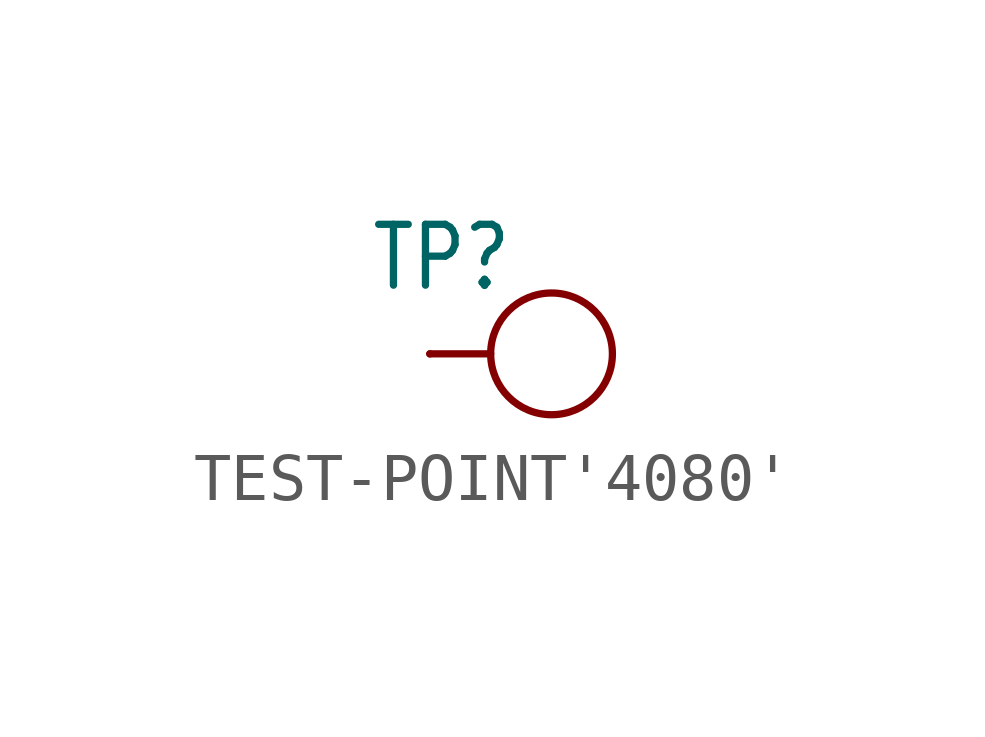
<source format=kicad_sym>
(kicad_symbol_lib
  (version 20241209)
  (generator "kicad_symbol_editor")
  (generator_version "9.0")
  (symbol "TEST-POINT'4080'"
    (property "Reference" "TP"
      (at -3.81 1.27 0)
      (effects (font (size 1.27 1.079)) (justify left bottom)))
    (property "ki_locked" ""
      (at 0 0 0)
      (effects (font (size 1.27 1.27))))
    (symbol "TEST-POINT'4080'_1_0"
      (polyline (pts (xy -2.54 0) (xy -1.27 0)) (stroke (width 0.152) (type solid)) (fill (type none)))
      (circle (center 0 0) (radius 1.27) (stroke (width 0.152) (type solid)) (fill (type none)))
      (pin bidirectional line (at -2.54 0 0) (length 0) (name "T" (effects (font (size 0 0)))) (number "1" (effects (font (size 0 0))))))))
</source>
